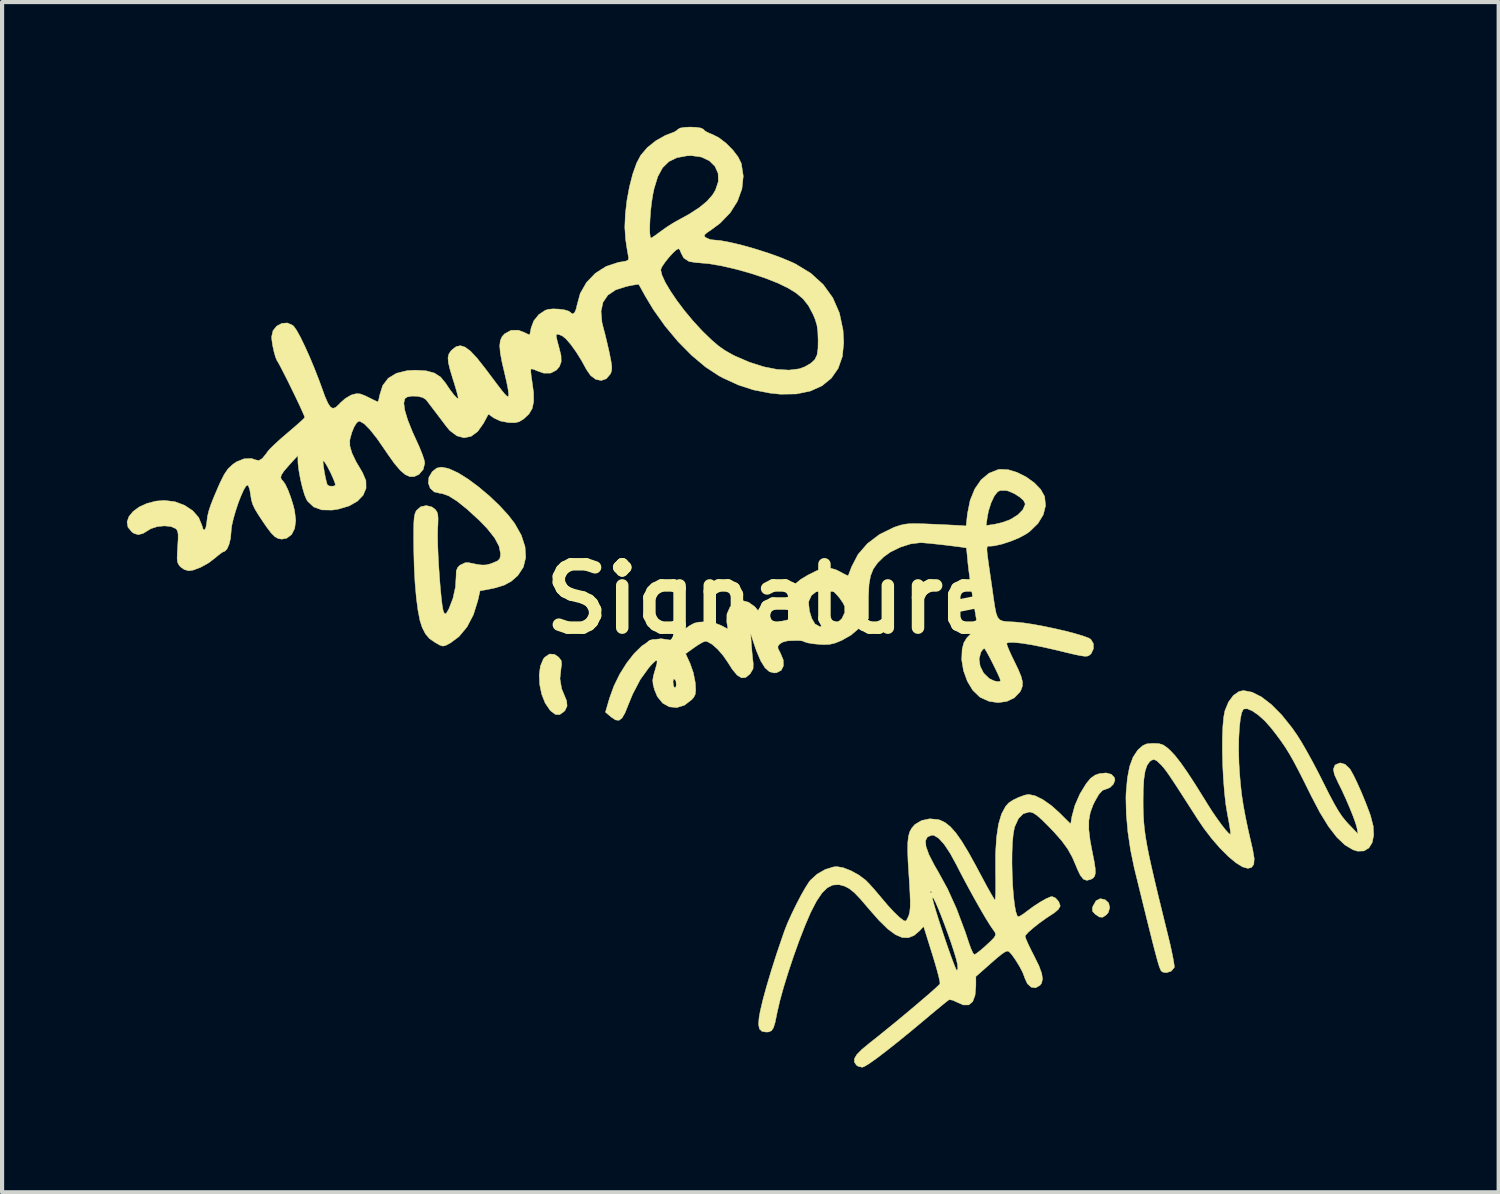
<source format=kicad_pcb>
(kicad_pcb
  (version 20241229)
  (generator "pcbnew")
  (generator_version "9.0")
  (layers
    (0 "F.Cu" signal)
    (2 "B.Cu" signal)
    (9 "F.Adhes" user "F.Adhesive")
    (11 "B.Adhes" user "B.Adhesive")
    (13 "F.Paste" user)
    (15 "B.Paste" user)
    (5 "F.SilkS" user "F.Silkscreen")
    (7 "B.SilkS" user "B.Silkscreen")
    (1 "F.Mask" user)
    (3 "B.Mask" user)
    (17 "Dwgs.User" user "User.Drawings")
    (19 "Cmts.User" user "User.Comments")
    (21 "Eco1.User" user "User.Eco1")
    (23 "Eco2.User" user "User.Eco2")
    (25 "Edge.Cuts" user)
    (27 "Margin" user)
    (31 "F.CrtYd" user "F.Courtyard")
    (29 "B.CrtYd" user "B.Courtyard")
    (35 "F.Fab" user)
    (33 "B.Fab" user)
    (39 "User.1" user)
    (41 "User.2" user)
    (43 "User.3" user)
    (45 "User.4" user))
  (footprint "Signature"
    (layer "F.Cu")
    (at 15.504 11.353)
    (property "Reference" "Signature" (at 0 0 0) (layer "F.SilkS") (effects (font (size 1.524 1.524) (thickness 0.3))))
    (attr through_hole)
    (fp_poly (pts (xy 8.019 7.23) (xy 8.103 7.308) (xy 8.13 7.421) (xy 8.096 7.537) (xy 8.051 7.592) (xy 7.963 7.652) (xy 7.882 7.647) (xy 7.784 7.582) (xy 7.717 7.511) (xy 7.712 7.434) (xy 7.727 7.385) (xy 7.801 7.256) (xy 7.903 7.205) (xy 8.019 7.23)) (stroke (width 0.01) (type solid)) (fill yes) (layer "F.SilkS"))
    (fp_poly (pts (xy -5.219 1.331) (xy -5.118 1.402) (xy -5.059 1.481) (xy -5.049 1.573) (xy -5.061 1.645) (xy -5.09 1.918) (xy -5.05 2.156) (xy -5 2.277) (xy -4.93 2.446) (xy -4.918 2.573) (xy -4.965 2.676) (xy -4.995 2.709) (xy -5.098 2.781) (xy -5.197 2.777) (xy -5.307 2.695) (xy -5.328 2.674) (xy -5.445 2.503) (xy -5.529 2.29) (xy -5.577 2.057) (xy -5.588 1.824) (xy -5.56 1.613) (xy -5.49 1.445) (xy -5.455 1.4) (xy -5.34 1.323) (xy -5.219 1.331)) (stroke (width 0.01) (type solid)) (fill yes) (layer "F.SilkS"))
    (fp_poly (pts (xy -7.798 -3.144) (xy -7.743 -3.126) (xy -7.54 -3.033) (xy -7.302 -2.885) (xy -7.047 -2.696) (xy -6.79 -2.48) (xy -6.547 -2.249) (xy -6.334 -2.017) (xy -6.179 -1.817) (xy -6.018 -1.531) (xy -5.929 -1.256) (xy -5.913 -0.998) (xy -5.969 -0.767) (xy -6.1 -0.568) (xy -6.109 -0.559) (xy -6.26 -0.426) (xy -6.428 -0.334) (xy -6.641 -0.268) (xy -6.754 -0.244) (xy -7.012 -0.195) (xy -7.065 0.04) (xy -7.171 0.379) (xy -7.324 0.671) (xy -7.518 0.904) (xy -7.719 1.054) (xy -7.829 1.114) (xy -7.903 1.133) (xy -7.977 1.111) (xy -8.084 1.051) (xy -8.226 0.953) (xy -8.324 0.838) (xy -8.402 0.686) (xy -8.456 0.518) (xy -8.503 0.277) (xy -8.543 -0.027) (xy -8.574 -0.382) (xy -8.595 -0.778) (xy -8.605 -1.178) (xy -8.608 -1.469) (xy -8.607 -1.689) (xy -8.603 -1.849) (xy -8.594 -1.962) (xy -8.579 -2.041) (xy -8.558 -2.097) (xy -8.54 -2.129) (xy -8.436 -2.219) (xy -8.302 -2.247) (xy -8.166 -2.212) (xy -8.09 -2.154) (xy -8.05 -2.101) (xy -8.027 -2.034) (xy -8.02 -1.933) (xy -8.024 -1.777) (xy -8.029 -1.699) (xy -8.032 -1.538) (xy -8.029 -1.327) (xy -8.02 -1.082) (xy -8.006 -0.817) (xy -7.988 -0.549) (xy -7.968 -0.291) (xy -7.946 -0.06) (xy -7.924 0.13) (xy -7.902 0.262) (xy -7.885 0.318) (xy -7.854 0.358) (xy -7.822 0.344) (xy -7.776 0.266) (xy -7.757 0.23) (xy -7.662 -0.017) (xy -7.602 -0.29) (xy -7.587 -0.544) (xy -7.587 -0.545) (xy -7.583 -0.676) (xy -7.547 -0.76) (xy -7.493 -0.813) (xy -7.362 -0.875) (xy -7.283 -0.873) (xy -7.097 -0.835) (xy -6.969 -0.817) (xy -6.872 -0.819) (xy -6.781 -0.84) (xy -6.708 -0.866) (xy -6.593 -0.915) (xy -6.538 -0.965) (xy -6.521 -1.04) (xy -6.519 -1.096) (xy -6.554 -1.269) (xy -6.659 -1.467) (xy -6.838 -1.693) (xy -7.031 -1.892) (xy -7.322 -2.159) (xy -7.567 -2.355) (xy -7.769 -2.481) (xy -7.927 -2.537) (xy -7.968 -2.54) (xy -8.112 -2.574) (xy -8.21 -2.664) (xy -8.255 -2.788) (xy -8.241 -2.927) (xy -8.161 -3.061) (xy -8.151 -3.071) (xy -8.051 -3.148) (xy -7.942 -3.171) (xy -7.798 -3.144)) (stroke (width 0.01) (type solid)) (fill yes) (layer "F.SilkS"))
    (fp_poly (pts (xy 11.553 2.241) (xy 11.78 2.356) (xy 12.02 2.541) (xy 12.267 2.791) (xy 12.516 3.102) (xy 12.64 3.281) (xy 12.743 3.445) (xy 12.87 3.665) (xy 13.01 3.92) (xy 13.152 4.19) (xy 13.265 4.414) (xy 13.408 4.7) (xy 13.527 4.923) (xy 13.627 5.095) (xy 13.719 5.232) (xy 13.811 5.346) (xy 13.868 5.408) (xy 14.101 5.652) (xy 14.074 5.503) (xy 14.042 5.39) (xy 13.981 5.221) (xy 13.899 5.018) (xy 13.805 4.8) (xy 13.708 4.588) (xy 13.616 4.403) (xy 13.611 4.392) (xy 13.532 4.219) (xy 13.508 4.095) (xy 13.539 4.008) (xy 13.566 3.981) (xy 13.672 3.941) (xy 13.788 3.975) (xy 13.899 4.08) (xy 13.921 4.112) (xy 13.993 4.241) (xy 14.083 4.428) (xy 14.183 4.653) (xy 14.282 4.893) (xy 14.372 5.129) (xy 14.4 5.207) (xy 14.465 5.459) (xy 14.477 5.678) (xy 14.441 5.857) (xy 14.362 5.986) (xy 14.243 6.058) (xy 14.09 6.064) (xy 13.979 6.03) (xy 13.786 5.915) (xy 13.591 5.73) (xy 13.391 5.471) (xy 13.184 5.134) (xy 12.978 4.741) (xy 12.812 4.406) (xy 12.674 4.133) (xy 12.557 3.911) (xy 12.452 3.726) (xy 12.352 3.564) (xy 12.248 3.413) (xy 12.134 3.259) (xy 12.001 3.089) (xy 12 3.088) (xy 11.853 2.924) (xy 11.701 2.789) (xy 11.559 2.691) (xy 11.438 2.64) (xy 11.354 2.645) (xy 11.341 2.655) (xy 11.301 2.738) (xy 11.27 2.892) (xy 11.247 3.104) (xy 11.233 3.361) (xy 11.23 3.649) (xy 11.238 3.955) (xy 11.252 4.188) (xy 11.275 4.456) (xy 11.303 4.708) (xy 11.342 4.963) (xy 11.393 5.239) (xy 11.459 5.555) (xy 11.545 5.929) (xy 11.569 6.033) (xy 11.604 6.24) (xy 11.594 6.38) (xy 11.537 6.457) (xy 11.449 6.477) (xy 11.324 6.442) (xy 11.166 6.344) (xy 10.984 6.193) (xy 10.788 5.997) (xy 10.587 5.767) (xy 10.392 5.512) (xy 10.245 5.295) (xy 10.037 4.971) (xy 9.87 4.711) (xy 9.737 4.505) (xy 9.633 4.347) (xy 9.552 4.227) (xy 9.489 4.138) (xy 9.438 4.072) (xy 9.394 4.02) (xy 9.367 3.99) (xy 9.264 3.892) (xy 9.191 3.858) (xy 9.125 3.882) (xy 9.085 3.917) (xy 9.024 4.007) (xy 8.98 4.142) (xy 8.951 4.334) (xy 8.936 4.591) (xy 8.933 4.847) (xy 8.934 5.029) (xy 8.939 5.198) (xy 8.949 5.363) (xy 8.965 5.533) (xy 8.99 5.716) (xy 9.025 5.921) (xy 9.071 6.156) (xy 9.131 6.43) (xy 9.205 6.752) (xy 9.295 7.13) (xy 9.403 7.572) (xy 9.53 8.088) (xy 9.531 8.092) (xy 9.588 8.328) (xy 9.633 8.539) (xy 9.666 8.708) (xy 9.682 8.822) (xy 9.682 8.862) (xy 9.608 8.949) (xy 9.495 8.986) (xy 9.415 8.974) (xy 9.397 8.966) (xy 9.38 8.956) (xy 9.363 8.936) (xy 9.345 8.899) (xy 9.322 8.841) (xy 9.295 8.755) (xy 9.261 8.635) (xy 9.218 8.473) (xy 9.164 8.265) (xy 9.099 8.005) (xy 9.019 7.685) (xy 8.924 7.299) (xy 8.812 6.843) (xy 8.717 6.456) (xy 8.631 6.039) (xy 8.566 5.601) (xy 8.528 5.172) (xy 8.519 4.78) (xy 8.523 4.657) (xy 8.555 4.304) (xy 8.609 4.024) (xy 8.689 3.806) (xy 8.797 3.642) (xy 8.826 3.611) (xy 8.925 3.525) (xy 9.02 3.483) (xy 9.15 3.472) (xy 9.183 3.471) (xy 9.316 3.478) (xy 9.413 3.508) (xy 9.511 3.576) (xy 9.584 3.641) (xy 9.697 3.761) (xy 9.835 3.937) (xy 10 4.173) (xy 10.197 4.475) (xy 10.428 4.846) (xy 10.474 4.921) (xy 10.589 5.103) (xy 10.709 5.278) (xy 10.823 5.435) (xy 10.921 5.559) (xy 10.995 5.639) (xy 11.033 5.66) (xy 11.034 5.66) (xy 11.034 5.613) (xy 11.019 5.5) (xy 10.992 5.341) (xy 10.961 5.18) (xy 10.92 4.934) (xy 10.888 4.643) (xy 10.863 4.321) (xy 10.846 3.985) (xy 10.838 3.653) (xy 10.839 3.339) (xy 10.85 3.062) (xy 10.871 2.836) (xy 10.899 2.687) (xy 10.986 2.477) (xy 11.103 2.318) (xy 11.24 2.224) (xy 11.346 2.201) (xy 11.553 2.241)) (stroke (width 0.01) (type solid)) (fill yes) (layer "F.SilkS"))
    (fp_poly (pts (xy 8.17 4.216) (xy 8.243 4.294) (xy 8.255 4.355) (xy 8.22 4.449) (xy 8.137 4.533) (xy 8.042 4.572) (xy 8.036 4.572) (xy 7.954 4.603) (xy 7.866 4.701) (xy 7.768 4.873) (xy 7.729 4.953) (xy 7.662 5.134) (xy 7.628 5.326) (xy 7.627 5.546) (xy 7.659 5.813) (xy 7.705 6.054) (xy 7.753 6.296) (xy 7.78 6.469) (xy 7.785 6.587) (xy 7.768 6.663) (xy 7.729 6.712) (xy 7.68 6.74) (xy 7.581 6.767) (xy 7.499 6.739) (xy 7.425 6.648) (xy 7.347 6.486) (xy 7.324 6.427) (xy 7.229 6.207) (xy 7.119 6.011) (xy 6.98 5.819) (xy 6.797 5.61) (xy 6.648 5.455) (xy 6.492 5.301) (xy 6.377 5.201) (xy 6.291 5.145) (xy 6.219 5.124) (xy 6.194 5.122) (xy 6.052 5.163) (xy 5.935 5.28) (xy 5.848 5.471) (xy 5.838 5.503) (xy 5.81 5.652) (xy 5.791 5.853) (xy 5.781 6.091) (xy 5.779 6.354) (xy 5.785 6.625) (xy 5.797 6.892) (xy 5.816 7.138) (xy 5.841 7.351) (xy 5.87 7.515) (xy 5.905 7.617) (xy 5.924 7.64) (xy 5.97 7.625) (xy 6.058 7.57) (xy 6.133 7.513) (xy 6.293 7.395) (xy 6.455 7.289) (xy 6.6 7.207) (xy 6.708 7.161) (xy 6.743 7.154) (xy 6.827 7.19) (xy 6.901 7.273) (xy 6.937 7.368) (xy 6.935 7.394) (xy 6.892 7.465) (xy 6.802 7.543) (xy 6.782 7.556) (xy 6.611 7.668) (xy 6.443 7.788) (xy 6.294 7.906) (xy 6.177 8.008) (xy 6.108 8.083) (xy 6.096 8.11) (xy 6.115 8.173) (xy 6.166 8.291) (xy 6.241 8.446) (xy 6.308 8.577) (xy 6.426 8.817) (xy 6.494 9.001) (xy 6.514 9.139) (xy 6.49 9.24) (xy 6.453 9.289) (xy 6.347 9.35) (xy 6.241 9.334) (xy 6.149 9.25) (xy 6.083 9.105) (xy 6.078 9.086) (xy 6.036 8.977) (xy 5.96 8.832) (xy 5.867 8.681) (xy 5.776 8.552) (xy 5.709 8.479) (xy 5.671 8.465) (xy 5.616 8.483) (xy 5.532 8.539) (xy 5.407 8.641) (xy 5.279 8.753) (xy 4.911 9.078) (xy 4.911 9.299) (xy 4.892 9.527) (xy 4.835 9.681) (xy 4.741 9.76) (xy 4.611 9.762) (xy 4.463 9.698) (xy 4.358 9.649) (xy 4.277 9.634) (xy 4.262 9.639) (xy 4.214 9.675) (xy 4.113 9.756) (xy 3.973 9.872) (xy 3.805 10.011) (xy 3.707 10.094) (xy 3.345 10.396) (xy 3.024 10.657) (xy 2.748 10.875) (xy 2.522 11.047) (xy 2.347 11.171) (xy 2.229 11.242) (xy 2.178 11.26) (xy 2.082 11.237) (xy 2.04 11.21) (xy 1.989 11.134) (xy 1.991 11.051) (xy 2.05 10.952) (xy 2.172 10.829) (xy 2.355 10.678) (xy 2.553 10.522) (xy 2.77 10.346) (xy 2.998 10.16) (xy 3.225 9.972) (xy 3.443 9.789) (xy 3.642 9.619) (xy 3.812 9.473) (xy 3.943 9.356) (xy 4.025 9.278) (xy 4.049 9.249) (xy 4.043 9.193) (xy 4.016 9.071) (xy 3.97 8.898) (xy 3.909 8.689) (xy 3.862 8.536) (xy 3.655 7.874) (xy 3.559 7.977) (xy 3.425 8.091) (xy 3.286 8.146) (xy 3.139 8.14) (xy 2.975 8.069) (xy 2.79 7.932) (xy 2.578 7.724) (xy 2.333 7.445) (xy 2.311 7.419) (xy 2.134 7.212) (xy 1.992 7.064) (xy 1.871 6.966) (xy 1.758 6.906) (xy 1.64 6.874) (xy 1.611 6.87) (xy 1.472 6.878) (xy 1.34 6.943) (xy 1.21 7.071) (xy 1.078 7.267) (xy 0.939 7.536) (xy 0.808 7.84) (xy 0.667 8.202) (xy 0.53 8.583) (xy 0.402 8.966) (xy 0.289 9.331) (xy 0.198 9.661) (xy 0.134 9.936) (xy 0.123 9.991) (xy 0.083 10.185) (xy 0.044 10.31) (xy -0.003 10.38) (xy -0.067 10.409) (xy -0.127 10.414) (xy -0.231 10.397) (xy -0.293 10.338) (xy -0.315 10.228) (xy -0.301 10.056) (xy -0.275 9.916) (xy -0.212 9.646) (xy -0.121 9.313) (xy -0.007 8.932) (xy 0.125 8.518) (xy 0.272 8.087) (xy 0.317 7.959) (xy 0.388 7.78) (xy 0.484 7.569) (xy 0.593 7.345) (xy 0.705 7.13) (xy 0.811 6.943) (xy 0.899 6.805) (xy 0.928 6.767) (xy 1.091 6.618) (xy 1.288 6.504) (xy 1.489 6.442) (xy 1.571 6.435) (xy 1.724 6.462) (xy 1.908 6.534) (xy 2.096 6.637) (xy 2.256 6.757) (xy 2.265 6.765) (xy 2.35 6.852) (xy 2.467 6.982) (xy 2.595 7.133) (xy 2.64 7.187) (xy 2.8 7.376) (xy 2.95 7.536) (xy 3.078 7.658) (xy 3.174 7.731) (xy 3.216 7.747) (xy 3.252 7.711) (xy 3.294 7.621) (xy 3.304 7.592) (xy 3.322 7.515) (xy 3.332 7.409) (xy 3.333 7.262) (xy 3.33 7.169) (xy 3.866 7.169) (xy 3.87 7.215) (xy 3.899 7.327) (xy 3.946 7.489) (xy 4.008 7.689) (xy 4.08 7.911) (xy 4.156 8.141) (xy 4.233 8.366) (xy 4.306 8.572) (xy 4.369 8.743) (xy 4.418 8.867) (xy 4.449 8.928) (xy 4.454 8.932) (xy 4.477 8.895) (xy 4.47 8.791) (xy 4.467 8.774) (xy 4.437 8.65) (xy 4.386 8.481) (xy 4.321 8.281) (xy 4.245 8.064) (xy 4.164 7.843) (xy 4.084 7.633) (xy 4.009 7.446) (xy 3.944 7.297) (xy 3.895 7.2) (xy 3.867 7.168) (xy 3.866 7.169) (xy 3.33 7.169) (xy 3.326 7.06) (xy 3.325 7.048) (xy 3.81 7.048) (xy 3.831 7.07) (xy 3.852 7.048) (xy 3.831 7.027) (xy 3.81 7.048) (xy 3.325 7.048) (xy 3.311 6.792) (xy 3.301 6.641) (xy 3.28 6.311) (xy 3.271 6.054) (xy 3.274 5.857) (xy 3.279 5.812) (xy 3.7 5.812) (xy 3.712 5.951) (xy 3.781 6.144) (xy 3.909 6.394) (xy 3.998 6.547) (xy 4.23 6.97) (xy 4.447 7.449) (xy 4.652 7.996) (xy 4.742 8.266) (xy 4.792 8.406) (xy 4.839 8.508) (xy 4.872 8.551) (xy 4.874 8.551) (xy 4.923 8.525) (xy 5.015 8.454) (xy 5.129 8.356) (xy 5.135 8.35) (xy 5.27 8.225) (xy 5.351 8.141) (xy 5.384 8.08) (xy 5.377 8.027) (xy 5.337 7.965) (xy 5.317 7.939) (xy 5.245 7.832) (xy 5.142 7.666) (xy 5.019 7.455) (xy 4.882 7.213) (xy 4.741 6.957) (xy 4.604 6.701) (xy 4.479 6.461) (xy 4.453 6.408) (xy 4.296 6.12) (xy 4.15 5.9) (xy 4.018 5.754) (xy 3.903 5.684) (xy 3.849 5.68) (xy 3.746 5.722) (xy 3.7 5.812) (xy 3.279 5.812) (xy 3.29 5.708) (xy 3.322 5.595) (xy 3.371 5.507) (xy 3.437 5.431) (xy 3.447 5.421) (xy 3.606 5.326) (xy 3.802 5.285) (xy 4.007 5.304) (xy 4.05 5.317) (xy 4.174 5.377) (xy 4.298 5.476) (xy 4.429 5.623) (xy 4.571 5.825) (xy 4.731 6.089) (xy 4.915 6.422) (xy 4.956 6.5) (xy 5.077 6.726) (xy 5.184 6.925) (xy 5.274 7.084) (xy 5.337 7.192) (xy 5.369 7.238) (xy 5.371 7.239) (xy 5.379 7.199) (xy 5.385 7.089) (xy 5.387 6.924) (xy 5.386 6.717) (xy 5.384 6.593) (xy 5.384 6.125) (xy 5.408 5.734) (xy 5.455 5.417) (xy 5.528 5.169) (xy 5.626 4.987) (xy 5.7 4.904) (xy 5.804 4.835) (xy 5.945 4.767) (xy 6.086 4.716) (xy 6.182 4.699) (xy 6.336 4.732) (xy 6.522 4.824) (xy 6.723 4.965) (xy 6.917 5.138) (xy 7.191 5.411) (xy 7.219 5.235) (xy 7.291 4.967) (xy 7.414 4.685) (xy 7.564 4.44) (xy 7.672 4.309) (xy 7.78 4.234) (xy 7.884 4.198) (xy 8.044 4.182) (xy 8.17 4.216)) (stroke (width 0.01) (type solid)) (fill yes) (layer "F.SilkS"))
    (fp_poly (pts (xy 5.686 -3.11) (xy 5.903 -3.044) (xy 6.12 -2.935) (xy 6.316 -2.794) (xy 6.47 -2.635) (xy 6.562 -2.47) (xy 6.565 -2.461) (xy 6.587 -2.245) (xy 6.532 -2.027) (xy 6.405 -1.817) (xy 6.211 -1.628) (xy 6.119 -1.562) (xy 5.954 -1.473) (xy 5.751 -1.389) (xy 5.54 -1.32) (xy 5.352 -1.278) (xy 5.258 -1.27) (xy 5.225 -1.271) (xy 5.2 -1.269) (xy 5.184 -1.253) (xy 5.177 -1.213) (xy 5.18 -1.139) (xy 5.193 -1.022) (xy 5.216 -0.851) (xy 5.25 -0.616) (xy 5.295 -0.309) (xy 5.298 -0.289) (xy 5.337 -0.009) (xy 5.369 0.199) (xy 5.399 0.346) (xy 5.436 0.443) (xy 5.487 0.501) (xy 5.56 0.531) (xy 5.662 0.544) (xy 5.8 0.551) (xy 5.871 0.555) (xy 6.056 0.574) (xy 6.282 0.608) (xy 6.534 0.654) (xy 6.795 0.709) (xy 7.05 0.767) (xy 7.281 0.827) (xy 7.474 0.884) (xy 7.613 0.934) (xy 7.673 0.967) (xy 7.735 1.068) (xy 7.739 1.194) (xy 7.685 1.31) (xy 7.664 1.332) (xy 7.63 1.359) (xy 7.59 1.374) (xy 7.531 1.377) (xy 7.439 1.365) (xy 7.304 1.338) (xy 7.11 1.293) (xy 6.87 1.234) (xy 6.545 1.16) (xy 6.256 1.102) (xy 6.012 1.063) (xy 5.823 1.045) (xy 5.698 1.047) (xy 5.653 1.064) (xy 5.661 1.109) (xy 5.701 1.212) (xy 5.766 1.356) (xy 5.819 1.465) (xy 5.929 1.692) (xy 5.999 1.862) (xy 6.032 1.991) (xy 6.03 2.094) (xy 5.997 2.187) (xy 5.97 2.236) (xy 5.835 2.377) (xy 5.654 2.463) (xy 5.444 2.492) (xy 5.227 2.46) (xy 5.019 2.366) (xy 4.998 2.351) (xy 4.836 2.194) (xy 4.706 1.978) (xy 4.614 1.725) (xy 4.57 1.46) (xy 4.571 1.441) (xy 4.989 1.441) (xy 5.014 1.615) (xy 5.097 1.78) (xy 5.23 1.91) (xy 5.244 1.918) (xy 5.348 1.968) (xy 5.441 1.988) (xy 5.497 1.976) (xy 5.503 1.96) (xy 5.486 1.905) (xy 5.439 1.799) (xy 5.373 1.662) (xy 5.299 1.513) (xy 5.226 1.372) (xy 5.164 1.26) (xy 5.122 1.195) (xy 5.113 1.187) (xy 5.073 1.219) (xy 5.031 1.281) (xy 4.989 1.441) (xy 4.571 1.441) (xy 4.581 1.207) (xy 4.621 1.054) (xy 4.694 0.934) (xy 4.786 0.84) (xy 4.956 0.684) (xy 4.85 0.056) (xy 4.81 -0.198) (xy 4.772 -0.454) (xy 4.74 -0.685) (xy 4.719 -0.867) (xy 4.716 -0.9) (xy 4.702 -1.054) (xy 4.69 -1.17) (xy 4.683 -1.226) (xy 4.683 -1.228) (xy 4.55 -1.249) (xy 4.371 -1.272) (xy 4.167 -1.297) (xy 3.961 -1.32) (xy 3.777 -1.339) (xy 3.637 -1.351) (xy 3.575 -1.354) (xy 3.343 -1.325) (xy 3.091 -1.244) (xy 2.853 -1.127) (xy 2.694 -1.012) (xy 2.547 -0.867) (xy 2.444 -0.721) (xy 2.378 -0.555) (xy 2.342 -0.348) (xy 2.329 -0.083) (xy 2.328 -0.006) (xy 2.328 0.469) (xy 2.137 0.674) (xy 1.912 0.866) (xy 1.686 0.995) (xy 1.526 1.06) (xy 1.394 1.091) (xy 1.247 1.097) (xy 1.137 1.09) (xy 0.983 1.075) (xy 0.859 1.053) (xy 0.794 1.031) (xy 0.736 1.007) (xy 0.636 0.998) (xy 0.477 1.002) (xy 0.373 1.008) (xy 0.261 1.039) (xy 0.192 1.084) (xy 0.152 1.135) (xy 0.154 1.19) (xy 0.199 1.28) (xy 0.21 1.298) (xy 0.279 1.464) (xy 0.284 1.607) (xy 0.231 1.715) (xy 0.122 1.772) (xy 0.06 1.778) (xy -0.054 1.748) (xy -0.16 1.653) (xy -0.262 1.489) (xy -0.364 1.249) (xy -0.425 1.072) (xy -0.505 0.826) (xy -0.484 1.122) (xy -0.47 1.294) (xy -0.454 1.452) (xy -0.442 1.552) (xy -0.446 1.677) (xy -0.513 1.793) (xy -0.524 1.805) (xy -0.622 1.887) (xy -0.722 1.897) (xy -0.828 1.832) (xy -0.946 1.691) (xy -1.038 1.546) (xy -1.16 1.367) (xy -1.295 1.21) (xy -1.429 1.091) (xy -1.546 1.025) (xy -1.594 1.016) (xy -1.657 1.039) (xy -1.762 1.1) (xy -1.859 1.166) (xy -2.068 1.316) (xy -1.96 1.552) (xy -1.883 1.771) (xy -1.837 2.005) (xy -1.833 2.047) (xy -1.826 2.197) (xy -1.837 2.293) (xy -1.873 2.364) (xy -1.921 2.42) (xy -2.097 2.555) (xy -2.281 2.611) (xy -2.46 2.593) (xy -2.62 2.504) (xy -2.748 2.347) (xy -2.816 2.184) (xy -2.85 2.054) (xy -2.855 1.995) (xy -2.371 1.995) (xy -2.359 2.09) (xy -2.333 2.136) (xy -2.306 2.121) (xy -2.293 2.073) (xy -2.3 1.979) (xy -2.325 1.934) (xy -2.359 1.922) (xy -2.371 1.986) (xy -2.371 1.995) (xy -2.855 1.995) (xy -2.859 1.954) (xy -2.842 1.846) (xy -2.8 1.701) (xy -2.759 1.556) (xy -2.754 1.484) (xy -2.789 1.484) (xy -2.866 1.555) (xy -2.952 1.651) (xy -3.158 1.936) (xy -3.343 2.29) (xy -3.445 2.539) (xy -3.526 2.74) (xy -3.598 2.864) (xy -3.671 2.918) (xy -3.754 2.908) (xy -3.857 2.839) (xy -3.879 2.821) (xy -3.996 2.721) (xy -3.899 2.388) (xy -3.793 2.094) (xy -3.653 1.808) (xy -3.487 1.543) (xy -3.307 1.313) (xy -3.123 1.132) (xy -2.943 1.012) (xy -2.855 0.978) (xy -2.655 0.955) (xy -2.549 0.971) (xy -2.435 0.988) (xy -2.388 0.967) (xy -2.343 0.922) (xy -2.248 0.844) (xy -2.123 0.749) (xy -2.107 0.737) (xy -1.967 0.639) (xy -1.861 0.582) (xy -1.758 0.557) (xy -1.629 0.55) (xy -1.614 0.55) (xy -1.358 0.581) (xy -1.212 0.637) (xy -1.05 0.724) (xy -1.078 0.556) (xy -1.075 0.362) (xy -1.001 0.195) (xy -0.867 0.075) (xy -0.854 0.067) (xy -0.709 0.036) (xy -0.554 0.079) (xy -0.403 0.187) (xy -0.267 0.353) (xy -0.177 0.523) (xy -0.124 0.607) (xy -0.062 0.619) (xy -0.052 0.615) (xy 0.032 0.589) (xy 0.16 0.555) (xy 0.221 0.54) (xy 0.42 0.494) (xy 0.411 0.173) (xy 0.414 0.103) (xy 0.889 0.103) (xy 0.91 0.29) (xy 0.964 0.467) (xy 1.041 0.597) (xy 1.042 0.599) (xy 1.151 0.661) (xy 1.301 0.674) (xy 1.464 0.638) (xy 1.557 0.592) (xy 1.688 0.474) (xy 1.758 0.326) (xy 1.758 0.181) (xy 1.716 0.094) (xy 1.636 -0.021) (xy 1.578 -0.09) (xy 1.481 -0.19) (xy 1.407 -0.238) (xy 1.326 -0.248) (xy 1.257 -0.241) (xy 1.083 -0.186) (xy 0.957 -0.084) (xy 0.894 0.053) (xy 0.889 0.103) (xy 0.414 0.103) (xy 0.418 -0.048) (xy 0.461 -0.216) (xy 0.553 -0.352) (xy 0.705 -0.475) (xy 0.86 -0.568) (xy 1.078 -0.678) (xy 1.252 -0.736) (xy 1.4 -0.745) (xy 1.544 -0.705) (xy 1.635 -0.66) (xy 1.746 -0.6) (xy 1.821 -0.565) (xy 1.84 -0.56) (xy 1.858 -0.603) (xy 1.895 -0.7) (xy 1.923 -0.774) (xy 2.077 -1.071) (xy 2.303 -1.332) (xy 2.592 -1.551) (xy 2.935 -1.72) (xy 2.988 -1.739) (xy 3.098 -1.775) (xy 3.2 -1.798) (xy 3.315 -1.811) (xy 3.463 -1.813) (xy 3.662 -1.808) (xy 3.831 -1.801) (xy 4.058 -1.791) (xy 4.264 -1.781) (xy 4.43 -1.773) (xy 4.536 -1.767) (xy 4.55 -1.766) (xy 4.677 -1.757) (xy 4.678 -1.767) (xy 5.158 -1.767) (xy 5.362 -1.797) (xy 5.535 -1.837) (xy 5.71 -1.899) (xy 5.751 -1.918) (xy 5.922 -2.025) (xy 6.041 -2.147) (xy 6.094 -2.269) (xy 6.096 -2.291) (xy 6.06 -2.366) (xy 5.966 -2.451) (xy 5.839 -2.532) (xy 5.701 -2.592) (xy 5.64 -2.608) (xy 5.498 -2.609) (xy 5.433 -2.577) (xy 5.353 -2.474) (xy 5.277 -2.313) (xy 5.216 -2.12) (xy 5.187 -1.974) (xy 5.158 -1.767) (xy 4.678 -1.767) (xy 4.709 -2.053) (xy 4.773 -2.371) (xy 4.884 -2.645) (xy 5.036 -2.865) (xy 5.224 -3.023) (xy 5.44 -3.11) (xy 5.49 -3.119) (xy 5.686 -3.11)) (stroke (width 0.01) (type solid)) (fill yes) (layer "F.SilkS"))
    (fp_poly (pts (xy -1.818 -11.342) (xy -1.704 -11.325) (xy -1.642 -11.296) (xy -1.639 -11.29) (xy -1.589 -11.245) (xy -1.486 -11.194) (xy -1.433 -11.175) (xy -1.272 -11.094) (xy -1.098 -10.961) (xy -0.935 -10.798) (xy -0.805 -10.628) (xy -0.729 -10.473) (xy -0.682 -10.169) (xy -0.714 -9.863) (xy -0.821 -9.565) (xy -0.997 -9.286) (xy -1.24 -9.035) (xy -1.444 -8.883) (xy -1.559 -8.805) (xy -1.613 -8.755) (xy -1.614 -8.72) (xy -1.582 -8.69) (xy -1.48 -8.645) (xy -1.421 -8.636) (xy -1.233 -8.619) (xy -0.987 -8.573) (xy -0.7 -8.504) (xy -0.393 -8.417) (xy -0.082 -8.318) (xy 0.213 -8.212) (xy 0.473 -8.104) (xy 0.571 -8.058) (xy 0.94 -7.834) (xy 1.241 -7.561) (xy 1.471 -7.242) (xy 1.63 -6.877) (xy 1.717 -6.467) (xy 1.734 -6.167) (xy 1.701 -5.832) (xy 1.6 -5.545) (xy 1.435 -5.308) (xy 1.21 -5.125) (xy 0.929 -4.999) (xy 0.595 -4.93) (xy 0.213 -4.924) (xy -0.037 -4.95) (xy -0.434 -5.027) (xy -0.798 -5.145) (xy -1.166 -5.314) (xy -1.27 -5.369) (xy -1.591 -5.58) (xy -1.922 -5.858) (xy -2.25 -6.19) (xy -2.562 -6.563) (xy -2.845 -6.962) (xy -3.037 -7.281) (xy -3.111 -7.415) (xy -3.167 -7.516) (xy -3.195 -7.565) (xy -3.196 -7.566) (xy -3.237 -7.563) (xy -3.339 -7.546) (xy -3.481 -7.518) (xy -3.49 -7.516) (xy -3.75 -7.433) (xy -3.938 -7.306) (xy -4.055 -7.134) (xy -4.102 -6.915) (xy -4.079 -6.649) (xy -4.043 -6.505) (xy -4.004 -6.36) (xy -3.958 -6.167) (xy -3.911 -5.962) (xy -3.899 -5.906) (xy -3.862 -5.719) (xy -3.844 -5.594) (xy -3.845 -5.508) (xy -3.863 -5.441) (xy -3.879 -5.409) (xy -3.974 -5.296) (xy -4.095 -5.254) (xy -4.226 -5.28) (xy -4.351 -5.372) (xy -4.449 -5.512) (xy -4.57 -5.733) (xy -4.7 -5.941) (xy -4.829 -6.12) (xy -4.944 -6.254) (xy -5.033 -6.326) (xy -5.123 -6.362) (xy -5.176 -6.363) (xy -5.179 -6.36) (xy -5.177 -6.307) (xy -5.153 -6.197) (xy -5.115 -6.059) (xy -5.064 -5.854) (xy -5.06 -5.703) (xy -5.104 -5.585) (xy -5.173 -5.505) (xy -5.31 -5.432) (xy -5.478 -5.43) (xy -5.636 -5.485) (xy -5.728 -5.524) (xy -5.784 -5.532) (xy -5.787 -5.53) (xy -5.792 -5.48) (xy -5.782 -5.371) (xy -5.762 -5.238) (xy -5.724 -4.96) (xy -5.722 -4.745) (xy -5.758 -4.578) (xy -5.838 -4.444) (xy -5.963 -4.329) (xy -5.97 -4.324) (xy -6.072 -4.262) (xy -6.178 -4.238) (xy -6.327 -4.242) (xy -6.523 -4.28) (xy -6.677 -4.352) (xy -6.679 -4.353) (xy -6.81 -4.446) (xy -6.929 -4.223) (xy -7.068 -4.027) (xy -7.226 -3.911) (xy -7.396 -3.876) (xy -7.569 -3.923) (xy -7.739 -4.051) (xy -7.821 -4.149) (xy -7.936 -4.302) (xy -8.061 -4.467) (xy -8.109 -4.53) (xy -8.2 -4.649) (xy -8.276 -4.749) (xy -8.308 -4.791) (xy -8.388 -4.844) (xy -8.512 -4.874) (xy -8.647 -4.879) (xy -8.762 -4.858) (xy -8.82 -4.817) (xy -8.844 -4.708) (xy -8.82 -4.534) (xy -8.75 -4.303) (xy -8.636 -4.018) (xy -8.556 -3.844) (xy -8.47 -3.654) (xy -8.4 -3.48) (xy -8.354 -3.342) (xy -8.34 -3.267) (xy -8.378 -3.115) (xy -8.478 -2.997) (xy -8.594 -2.943) (xy -8.698 -2.942) (xy -8.807 -2.989) (xy -8.928 -3.092) (xy -9.068 -3.256) (xy -9.234 -3.489) (xy -9.289 -3.571) (xy -9.489 -3.86) (xy -9.658 -4.073) (xy -9.794 -4.211) (xy -9.899 -4.272) (xy -9.923 -4.276) (xy -9.977 -4.238) (xy -10.038 -4.14) (xy -10.094 -4.005) (xy -10.136 -3.854) (xy -10.143 -3.816) (xy -10.141 -3.679) (xy -10.092 -3.511) (xy -9.992 -3.301) (xy -9.838 -3.041) (xy -9.837 -3.039) (xy -9.755 -2.846) (xy -9.752 -2.662) (xy -9.822 -2.495) (xy -9.96 -2.351) (xy -10.16 -2.237) (xy -10.417 -2.161) (xy -10.566 -2.138) (xy -10.815 -2.142) (xy -11.011 -2.213) (xy -11.156 -2.349) (xy -11.183 -2.392) (xy -11.232 -2.509) (xy -11.283 -2.682) (xy -11.33 -2.883) (xy -11.367 -3.084) (xy -11.388 -3.256) (xy -11.389 -3.28) (xy -10.786 -3.28) (xy -10.774 -3.176) (xy -10.753 -3.043) (xy -10.726 -2.908) (xy -10.7 -2.797) (xy -10.68 -2.741) (xy -10.628 -2.715) (xy -10.546 -2.712) (xy -10.49 -2.733) (xy -10.496 -2.779) (xy -10.534 -2.88) (xy -10.595 -3.017) (xy -10.613 -3.054) (xy -10.684 -3.19) (xy -10.743 -3.287) (xy -10.779 -3.328) (xy -10.783 -3.328) (xy -10.786 -3.28) (xy -11.389 -3.28) (xy -11.39 -3.302) (xy -11.392 -3.45) (xy -11.601 -3.22) (xy -11.723 -3.08) (xy -11.788 -2.983) (xy -11.804 -2.915) (xy -11.775 -2.861) (xy -11.752 -2.84) (xy -11.696 -2.762) (xy -11.63 -2.624) (xy -11.563 -2.446) (xy -11.502 -2.25) (xy -11.471 -2.126) (xy -11.443 -1.892) (xy -11.468 -1.697) (xy -11.542 -1.55) (xy -11.66 -1.461) (xy -11.777 -1.439) (xy -11.861 -1.452) (xy -11.942 -1.496) (xy -12.031 -1.584) (xy -12.14 -1.727) (xy -12.223 -1.847) (xy -12.346 -2.033) (xy -12.429 -2.171) (xy -12.48 -2.282) (xy -12.51 -2.387) (xy -12.528 -2.505) (xy -12.529 -2.515) (xy -12.551 -2.639) (xy -12.583 -2.722) (xy -12.601 -2.74) (xy -12.642 -2.712) (xy -12.697 -2.619) (xy -12.76 -2.478) (xy -12.827 -2.305) (xy -12.889 -2.117) (xy -12.942 -1.933) (xy -12.98 -1.767) (xy -12.996 -1.638) (xy -12.996 -1.626) (xy -13.01 -1.463) (xy -13.046 -1.314) (xy -13.096 -1.201) (xy -13.153 -1.145) (xy -13.167 -1.143) (xy -13.219 -1.117) (xy -13.309 -1.049) (xy -13.371 -0.996) (xy -13.538 -0.868) (xy -13.725 -0.764) (xy -13.902 -0.696) (xy -14.016 -0.678) (xy -14.123 -0.708) (xy -14.217 -0.775) (xy -14.26 -0.829) (xy -14.286 -0.889) (xy -14.295 -0.975) (xy -14.291 -1.11) (xy -14.282 -1.252) (xy -14.271 -1.437) (xy -14.271 -1.557) (xy -14.284 -1.631) (xy -14.312 -1.677) (xy -14.331 -1.694) (xy -14.444 -1.743) (xy -14.601 -1.758) (xy -14.771 -1.741) (xy -14.92 -1.693) (xy -14.965 -1.667) (xy -15.114 -1.576) (xy -15.228 -1.547) (xy -15.329 -1.575) (xy -15.382 -1.611) (xy -15.477 -1.726) (xy -15.499 -1.852) (xy -15.455 -1.98) (xy -15.356 -2.103) (xy -15.208 -2.212) (xy -15.021 -2.298) (xy -14.804 -2.354) (xy -14.602 -2.37) (xy -14.35 -2.34) (xy -14.118 -2.254) (xy -13.921 -2.124) (xy -13.777 -1.96) (xy -13.701 -1.776) (xy -13.67 -1.677) (xy -13.636 -1.657) (xy -13.605 -1.714) (xy -13.582 -1.841) (xy -13.579 -1.873) (xy -13.564 -1.99) (xy -13.534 -2.115) (xy -13.485 -2.264) (xy -13.411 -2.452) (xy -13.307 -2.695) (xy -13.263 -2.794) (xy -13.164 -2.994) (xy -13.067 -3.135) (xy -12.951 -3.241) (xy -12.865 -3.299) (xy -12.684 -3.372) (xy -12.508 -3.379) (xy -12.404 -3.344) (xy -12.329 -3.33) (xy -12.249 -3.377) (xy -12.155 -3.491) (xy -12.118 -3.546) (xy -12.059 -3.613) (xy -11.95 -3.719) (xy -11.807 -3.85) (xy -11.644 -3.99) (xy -11.489 -4.122) (xy -11.359 -4.236) (xy -11.267 -4.32) (xy -11.227 -4.363) (xy -11.226 -4.364) (xy -11.24 -4.409) (xy -11.286 -4.514) (xy -11.355 -4.665) (xy -11.441 -4.847) (xy -11.537 -5.044) (xy -11.634 -5.242) (xy -11.727 -5.425) (xy -11.806 -5.58) (xy -11.866 -5.69) (xy -11.895 -5.736) (xy -11.929 -5.815) (xy -11.966 -5.947) (xy -11.999 -6.1) (xy -12.019 -6.242) (xy -12.023 -6.307) (xy -11.989 -6.453) (xy -11.901 -6.562) (xy -11.779 -6.627) (xy -11.646 -6.638) (xy -11.521 -6.584) (xy -11.485 -6.551) (xy -11.417 -6.453) (xy -11.327 -6.289) (xy -11.223 -6.074) (xy -11.11 -5.823) (xy -10.996 -5.55) (xy -10.886 -5.269) (xy -10.825 -5.102) (xy -10.739 -4.866) (xy -10.668 -4.706) (xy -10.606 -4.614) (xy -10.545 -4.584) (xy -10.478 -4.61) (xy -10.397 -4.686) (xy -10.369 -4.717) (xy -10.251 -4.821) (xy -10.118 -4.9) (xy -10.079 -4.915) (xy -9.978 -4.938) (xy -9.89 -4.931) (xy -9.781 -4.89) (xy -9.703 -4.852) (xy -9.583 -4.792) (xy -9.497 -4.752) (xy -9.468 -4.741) (xy -9.451 -4.778) (xy -9.43 -4.871) (xy -9.425 -4.9) (xy -9.352 -5.133) (xy -9.219 -5.308) (xy -9.023 -5.427) (xy -8.764 -5.491) (xy -8.567 -5.502) (xy -8.308 -5.487) (xy -8.111 -5.434) (xy -7.96 -5.337) (xy -7.844 -5.196) (xy -7.734 -5.033) (xy -7.641 -4.91) (xy -7.573 -4.836) (xy -7.538 -4.822) (xy -7.536 -4.833) (xy -7.548 -4.896) (xy -7.581 -5.018) (xy -7.629 -5.18) (xy -7.663 -5.286) (xy -7.732 -5.515) (xy -7.772 -5.68) (xy -7.782 -5.799) (xy -7.763 -5.886) (xy -7.716 -5.96) (xy -7.685 -5.992) (xy -7.585 -6.069) (xy -7.482 -6.091) (xy -7.37 -6.056) (xy -7.241 -5.96) (xy -7.088 -5.797) (xy -6.903 -5.563) (xy -6.883 -5.537) (xy -6.708 -5.304) (xy -6.577 -5.13) (xy -6.483 -5.008) (xy -6.418 -4.93) (xy -6.376 -4.887) (xy -6.349 -4.871) (xy -6.332 -4.874) (xy -6.326 -4.88) (xy -6.323 -4.931) (xy -6.338 -5.047) (xy -6.37 -5.21) (xy -6.415 -5.405) (xy -6.416 -5.409) (xy -6.484 -5.7) (xy -6.525 -5.923) (xy -6.538 -6.091) (xy -6.524 -6.214) (xy -6.483 -6.307) (xy -6.422 -6.375) (xy -6.265 -6.461) (xy -6.092 -6.464) (xy -5.954 -6.413) (xy -5.867 -6.37) (xy -5.822 -6.35) (xy -5.821 -6.35) (xy -5.809 -6.387) (xy -5.79 -6.48) (xy -5.784 -6.516) (xy -5.72 -6.688) (xy -5.599 -6.838) (xy -5.445 -6.941) (xy -5.373 -6.965) (xy -5.252 -6.976) (xy -5.11 -6.97) (xy -4.974 -6.951) (xy -4.876 -6.92) (xy -4.846 -6.898) (xy -4.791 -6.853) (xy -4.738 -6.884) (xy -4.697 -6.982) (xy -4.684 -7.049) (xy -4.603 -7.347) (xy -4.451 -7.612) (xy -4.239 -7.832) (xy -4.107 -7.916) (xy -2.667 -7.916) (xy -2.667 -7.916) (xy -2.638 -7.79) (xy -2.559 -7.616) (xy -2.435 -7.407) (xy -2.278 -7.175) (xy -2.094 -6.931) (xy -1.891 -6.688) (xy -1.68 -6.458) (xy -1.632 -6.41) (xy -1.437 -6.222) (xy -1.273 -6.082) (xy -1.115 -5.972) (xy -0.94 -5.873) (xy -0.887 -5.846) (xy -0.537 -5.695) (xy -0.195 -5.585) (xy 0.128 -5.521) (xy 0.419 -5.504) (xy 0.665 -5.535) (xy 0.795 -5.583) (xy 0.943 -5.668) (xy 1.038 -5.756) (xy 1.092 -5.867) (xy 1.115 -6.022) (xy 1.118 -6.217) (xy 1.111 -6.424) (xy 1.09 -6.58) (xy 1.048 -6.721) (xy 1 -6.837) (xy 0.886 -7.053) (xy 0.754 -7.22) (xy 0.583 -7.362) (xy 0.397 -7.476) (xy 0.15 -7.596) (xy -0.153 -7.715) (xy -0.49 -7.827) (xy -0.841 -7.926) (xy -1.183 -8.006) (xy -1.497 -8.061) (xy -1.759 -8.085) (xy -1.8 -8.086) (xy -1.985 -8.115) (xy -2.114 -8.2) (xy -2.176 -8.318) (xy -2.208 -8.397) (xy -2.239 -8.424) (xy -2.295 -8.393) (xy -2.382 -8.312) (xy -2.48 -8.203) (xy -2.572 -8.086) (xy -2.64 -7.984) (xy -2.667 -7.916) (xy -4.107 -7.916) (xy -3.98 -7.997) (xy -3.684 -8.095) (xy -3.627 -8.104) (xy -3.506 -8.125) (xy -3.45 -8.152) (xy -3.439 -8.2) (xy -3.447 -8.247) (xy -3.465 -8.347) (xy -3.489 -8.497) (xy -3.512 -8.657) (xy -3.53 -8.932) (xy -3.53 -8.946) (xy -2.931 -8.946) (xy -2.929 -8.798) (xy -2.918 -8.704) (xy -2.901 -8.678) (xy -2.859 -8.702) (xy -2.77 -8.763) (xy -2.67 -8.837) (xy -2.526 -8.94) (xy -2.379 -9.034) (xy -2.299 -9.08) (xy -1.984 -9.253) (xy -1.739 -9.412) (xy -1.556 -9.562) (xy -1.423 -9.713) (xy -1.351 -9.83) (xy -1.281 -10.041) (xy -1.287 -10.235) (xy -1.362 -10.403) (xy -1.498 -10.537) (xy -1.687 -10.626) (xy -1.921 -10.66) (xy -2.038 -10.656) (xy -2.28 -10.611) (xy -2.472 -10.517) (xy -2.623 -10.368) (xy -2.738 -10.155) (xy -2.825 -9.871) (xy -2.856 -9.726) (xy -2.886 -9.536) (xy -2.909 -9.332) (xy -2.924 -9.129) (xy -2.931 -8.946) (xy -3.53 -8.946) (xy -3.518 -9.247) (xy -3.48 -9.58) (xy -3.419 -9.911) (xy -3.34 -10.218) (xy -3.246 -10.482) (xy -3.147 -10.67) (xy -2.99 -10.853) (xy -2.782 -11.02) (xy -2.558 -11.146) (xy -2.459 -11.184) (xy -2.344 -11.228) (xy -2.268 -11.276) (xy -2.255 -11.292) (xy -2.204 -11.323) (xy -2.095 -11.341) (xy -1.958 -11.348) (xy -1.818 -11.342)) (stroke (width 0.01) (type solid)) (fill yes) (layer "F.SilkS")))
  (gr_rect
    (start -3 -3)
    (end 32.986 25.618)
    (stroke (width 0.1) (type default))
    (fill no)
    (layer "Edge.Cuts")))
</source>
